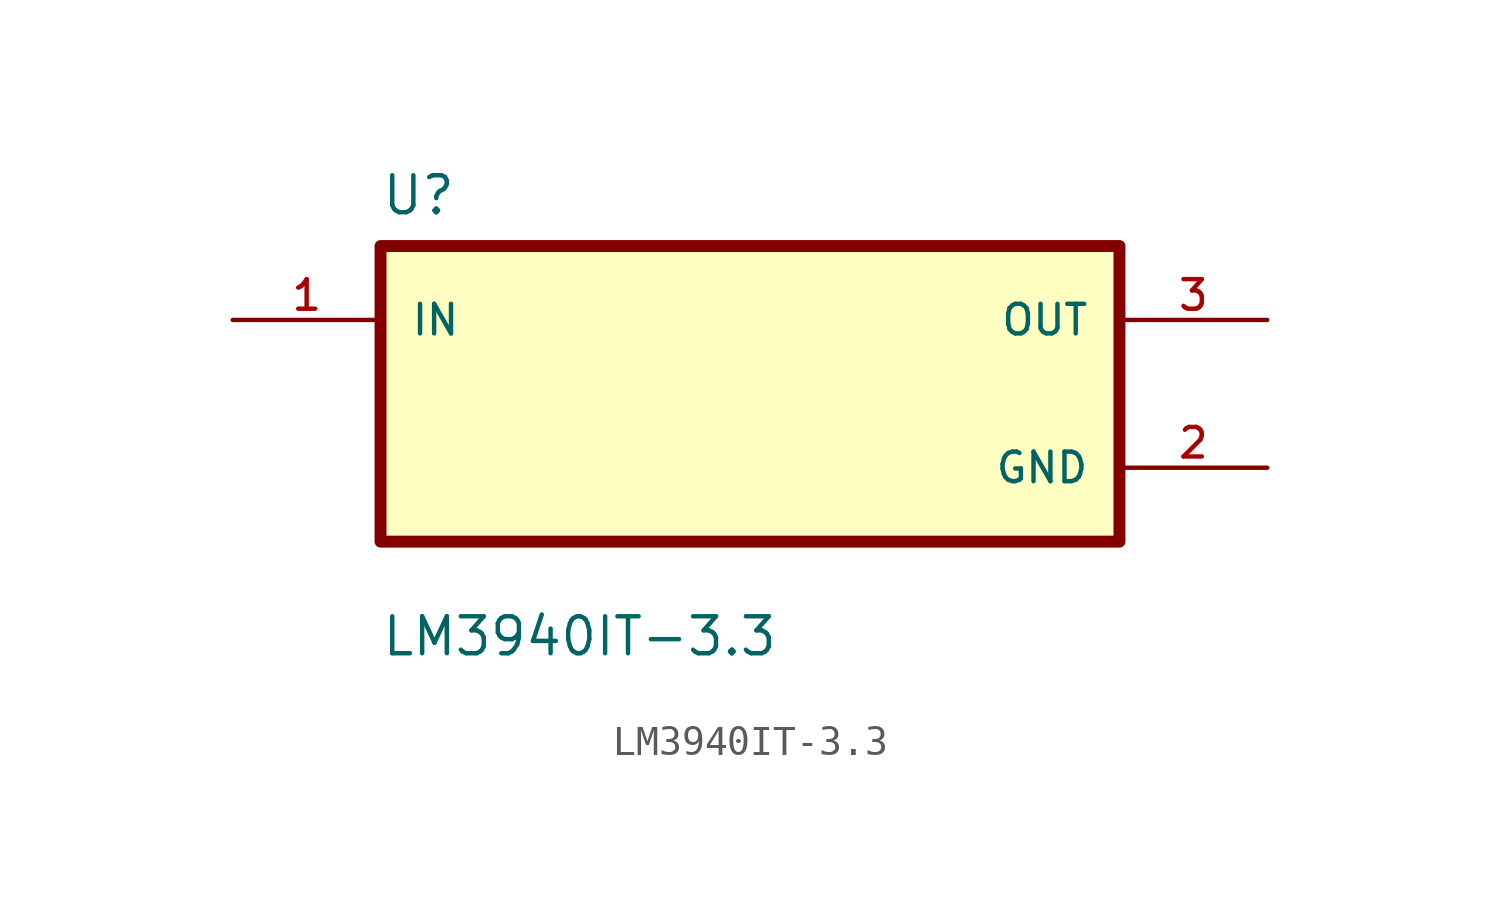
<source format=kicad_sym>
(kicad_symbol_lib
  (version 20211014)
  (generator kicad_symbol_editor)
  (symbol "LM3940IT-3.3"
    (pin_names
      (offset 1.016))
    (property "Reference" "U"
      (at -12.7 6.08 0.0)
      (effects (font (size 1.27 1.27)) (justify bottom left)))
    (property "Value" "LM3940IT-3.3"
      (at -12.7 -9.08 0.0)
      (effects (font (size 1.27 1.27)) (justify bottom left)))
    (symbol "LM3940IT-3.3_0_0"
      (rectangle (start -12.7 -5.08) (end 12.7 5.08) (stroke (width 0.41)) (fill (type background)))
      (pin input line (at -17.78 2.54 0) (length 5.08) (name "IN" (effects (font (size 1.016 1.016)))) (number "1" (effects (font (size 1.016 1.016)))))
      (pin output line (at 17.78 2.54 180.0) (length 5.08) (name "OUT" (effects (font (size 1.016 1.016)))) (number "3" (effects (font (size 1.016 1.016)))))
      (pin power_in line (at 17.78 -2.54 180.0) (length 5.08) (name "GND" (effects (font (size 1.016 1.016)))) (number "2" (effects (font (size 1.016 1.016))))))))
</source>
